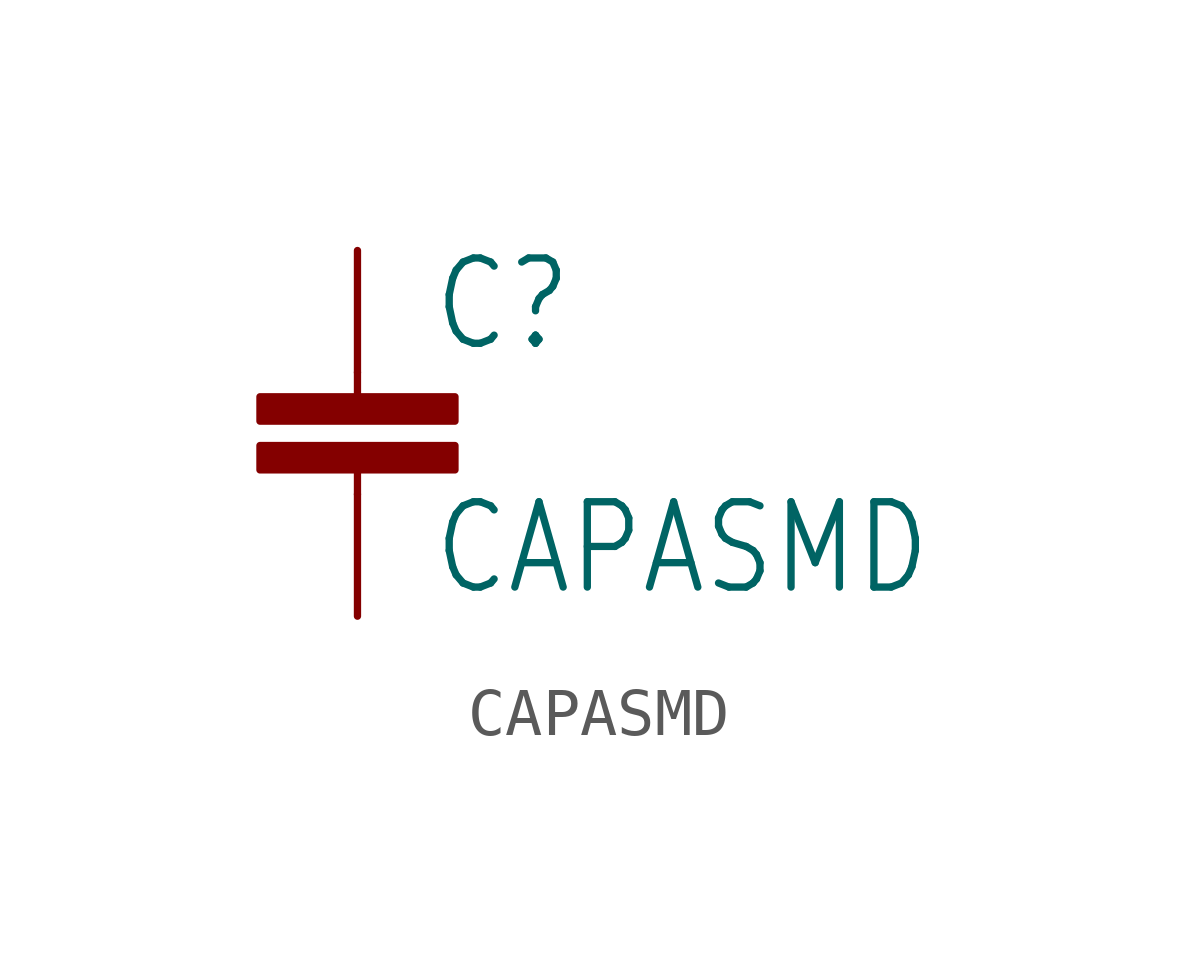
<source format=kicad_sym>
(kicad_symbol_lib
  (version 20211014)
  (generator kicad_symbol_editor)
  (symbol "CAPASMD"
    (property "Reference" "C"
      (at 1.524 2.921 0)
      (effects (font (size 1.778 1.511)) (justify left bottom)))
    (property "Value" "CAPASMD"
      (at 1.524 -2.159 0)
      (effects (font (size 1.778 1.511)) (justify left bottom)))
    (property "ki_locked" ""
      (at 0 0 0)
      (effects (font (size 1.27 1.27))))
    (symbol "CAPASMD_1_0"
      (rectangle (start -2.032 0.508) (end 2.032 1.016) (stroke (width 0) (type default) (color 0 0 0 0)) (fill (type outline)))
      (rectangle (start -2.032 1.524) (end 2.032 2.032) (stroke (width 0) (type default) (color 0 0 0 0)) (fill (type outline)))
      (polyline (pts (xy 0 0) (xy 0 0.508)) (stroke (width 0.152) (type default) (color 0 0 0 0)) (fill (type none)))
      (polyline (pts (xy 0 2.54) (xy 0 2.032)) (stroke (width 0.152) (type default) (color 0 0 0 0)) (fill (type none)))
      (pin passive line (at 0 5.08 270) (length 2.54) (name "1" (effects (font (size 0 0)))) (number "+" (effects (font (size 0 0)))))
      (pin passive line (at 0 -2.54 90) (length 2.54) (name "2" (effects (font (size 0 0)))) (number "-" (effects (font (size 0 0))))))))
</source>
